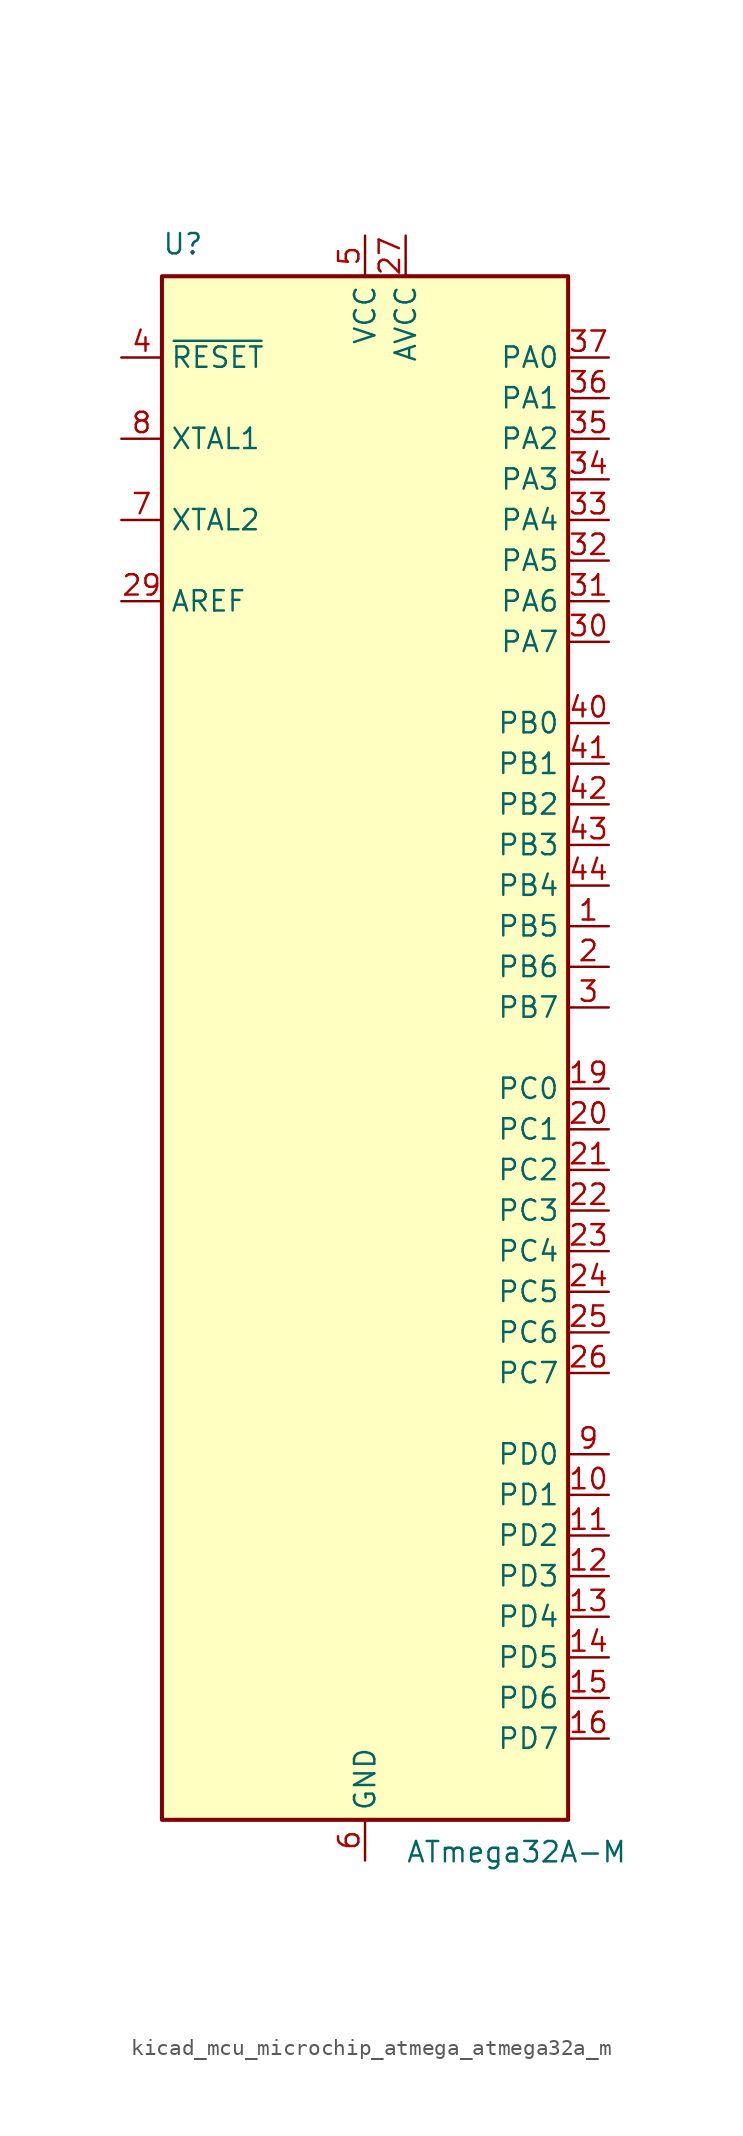
<source format=kicad_sym>
(kicad_symbol_lib
  (version 20220914)
  (generator kicad_symbol_editor)
  (symbol "kicad_mcu_microchip_atmega_atmega32a_m"
    (property "Reference" "U"
      (at -12.7 49.53 0)
      (effects (font (size 1.27 1.27)) (justify left bottom)))
    (property "Value" "ATmega32A-M"
      (at 2.54 -49.53 0)
      (effects (font (size 1.27 1.27)) (justify left top)))
    (symbol "kicad_mcu_microchip_atmega_atmega32a_m_0_1"
      (rectangle (start -12.7 -48.26) (end 12.7 48.26) (stroke (width 0.254) (type default)) (fill (type background))))
    (symbol "kicad_mcu_microchip_atmega_atmega32a_m_1_1"
      (pin bidirectional line (at 15.24 7.62 180) (length 2.54) (name "PB5" (effects (font (size 1.27 1.27)))) (number "1" (effects (font (size 1.27 1.27)))))
      (pin bidirectional line (at 15.24 -27.94 180) (length 2.54) (name "PD1" (effects (font (size 1.27 1.27)))) (number "10" (effects (font (size 1.27 1.27)))))
      (pin bidirectional line (at 15.24 -30.48 180) (length 2.54) (name "PD2" (effects (font (size 1.27 1.27)))) (number "11" (effects (font (size 1.27 1.27)))))
      (pin bidirectional line (at 15.24 -33.02 180) (length 2.54) (name "PD3" (effects (font (size 1.27 1.27)))) (number "12" (effects (font (size 1.27 1.27)))))
      (pin bidirectional line (at 15.24 -35.56 180) (length 2.54) (name "PD4" (effects (font (size 1.27 1.27)))) (number "13" (effects (font (size 1.27 1.27)))))
      (pin bidirectional line (at 15.24 -38.1 180) (length 2.54) (name "PD5" (effects (font (size 1.27 1.27)))) (number "14" (effects (font (size 1.27 1.27)))))
      (pin bidirectional line (at 15.24 -40.64 180) (length 2.54) (name "PD6" (effects (font (size 1.27 1.27)))) (number "15" (effects (font (size 1.27 1.27)))))
      (pin bidirectional line (at 15.24 -43.18 180) (length 2.54) (name "PD7" (effects (font (size 1.27 1.27)))) (number "16" (effects (font (size 1.27 1.27)))))
      (pin passive line (at 0 50.8 270) (length 2.54) hide (name "VCC" (effects (font (size 1.27 1.27)))) (number "17" (effects (font (size 1.27 1.27)))))
      (pin passive line (at 0 -50.8 90) (length 2.54) hide (name "GND" (effects (font (size 1.27 1.27)))) (number "18" (effects (font (size 1.27 1.27)))))
      (pin bidirectional line (at 15.24 -2.54 180) (length 2.54) (name "PC0" (effects (font (size 1.27 1.27)))) (number "19" (effects (font (size 1.27 1.27)))))
      (pin bidirectional line (at 15.24 5.08 180) (length 2.54) (name "PB6" (effects (font (size 1.27 1.27)))) (number "2" (effects (font (size 1.27 1.27)))))
      (pin bidirectional line (at 15.24 -5.08 180) (length 2.54) (name "PC1" (effects (font (size 1.27 1.27)))) (number "20" (effects (font (size 1.27 1.27)))))
      (pin bidirectional line (at 15.24 -7.62 180) (length 2.54) (name "PC2" (effects (font (size 1.27 1.27)))) (number "21" (effects (font (size 1.27 1.27)))))
      (pin bidirectional line (at 15.24 -10.16 180) (length 2.54) (name "PC3" (effects (font (size 1.27 1.27)))) (number "22" (effects (font (size 1.27 1.27)))))
      (pin bidirectional line (at 15.24 -12.7 180) (length 2.54) (name "PC4" (effects (font (size 1.27 1.27)))) (number "23" (effects (font (size 1.27 1.27)))))
      (pin bidirectional line (at 15.24 -15.24 180) (length 2.54) (name "PC5" (effects (font (size 1.27 1.27)))) (number "24" (effects (font (size 1.27 1.27)))))
      (pin bidirectional line (at 15.24 -17.78 180) (length 2.54) (name "PC6" (effects (font (size 1.27 1.27)))) (number "25" (effects (font (size 1.27 1.27)))))
      (pin bidirectional line (at 15.24 -20.32 180) (length 2.54) (name "PC7" (effects (font (size 1.27 1.27)))) (number "26" (effects (font (size 1.27 1.27)))))
      (pin power_in line (at 2.54 50.8 270) (length 2.54) (name "AVCC" (effects (font (size 1.27 1.27)))) (number "27" (effects (font (size 1.27 1.27)))))
      (pin passive line (at 0 -50.8 90) (length 2.54) hide (name "GND" (effects (font (size 1.27 1.27)))) (number "28" (effects (font (size 1.27 1.27)))))
      (pin passive line (at -15.24 27.94 0) (length 2.54) (name "AREF" (effects (font (size 1.27 1.27)))) (number "29" (effects (font (size 1.27 1.27)))))
      (pin bidirectional line (at 15.24 2.54 180) (length 2.54) (name "PB7" (effects (font (size 1.27 1.27)))) (number "3" (effects (font (size 1.27 1.27)))))
      (pin bidirectional line (at 15.24 25.4 180) (length 2.54) (name "PA7" (effects (font (size 1.27 1.27)))) (number "30" (effects (font (size 1.27 1.27)))))
      (pin bidirectional line (at 15.24 27.94 180) (length 2.54) (name "PA6" (effects (font (size 1.27 1.27)))) (number "31" (effects (font (size 1.27 1.27)))))
      (pin bidirectional line (at 15.24 30.48 180) (length 2.54) (name "PA5" (effects (font (size 1.27 1.27)))) (number "32" (effects (font (size 1.27 1.27)))))
      (pin bidirectional line (at 15.24 33.02 180) (length 2.54) (name "PA4" (effects (font (size 1.27 1.27)))) (number "33" (effects (font (size 1.27 1.27)))))
      (pin bidirectional line (at 15.24 35.56 180) (length 2.54) (name "PA3" (effects (font (size 1.27 1.27)))) (number "34" (effects (font (size 1.27 1.27)))))
      (pin bidirectional line (at 15.24 38.1 180) (length 2.54) (name "PA2" (effects (font (size 1.27 1.27)))) (number "35" (effects (font (size 1.27 1.27)))))
      (pin bidirectional line (at 15.24 40.64 180) (length 2.54) (name "PA1" (effects (font (size 1.27 1.27)))) (number "36" (effects (font (size 1.27 1.27)))))
      (pin bidirectional line (at 15.24 43.18 180) (length 2.54) (name "PA0" (effects (font (size 1.27 1.27)))) (number "37" (effects (font (size 1.27 1.27)))))
      (pin passive line (at 0 50.8 270) (length 2.54) hide (name "VCC" (effects (font (size 1.27 1.27)))) (number "38" (effects (font (size 1.27 1.27)))))
      (pin passive line (at 0 -50.8 90) (length 2.54) hide (name "GND" (effects (font (size 1.27 1.27)))) (number "39" (effects (font (size 1.27 1.27)))))
      (pin input line (at -15.24 43.18 0) (length 2.54) (name "~{RESET}" (effects (font (size 1.27 1.27)))) (number "4" (effects (font (size 1.27 1.27)))))
      (pin bidirectional line (at 15.24 20.32 180) (length 2.54) (name "PB0" (effects (font (size 1.27 1.27)))) (number "40" (effects (font (size 1.27 1.27)))))
      (pin bidirectional line (at 15.24 17.78 180) (length 2.54) (name "PB1" (effects (font (size 1.27 1.27)))) (number "41" (effects (font (size 1.27 1.27)))))
      (pin bidirectional line (at 15.24 15.24 180) (length 2.54) (name "PB2" (effects (font (size 1.27 1.27)))) (number "42" (effects (font (size 1.27 1.27)))))
      (pin bidirectional line (at 15.24 12.7 180) (length 2.54) (name "PB3" (effects (font (size 1.27 1.27)))) (number "43" (effects (font (size 1.27 1.27)))))
      (pin bidirectional line (at 15.24 10.16 180) (length 2.54) (name "PB4" (effects (font (size 1.27 1.27)))) (number "44" (effects (font (size 1.27 1.27)))))
      (pin passive line (at 0 -50.8 90) (length 2.54) hide (name "GND" (effects (font (size 1.27 1.27)))) (number "45" (effects (font (size 1.27 1.27)))))
      (pin power_in line (at 0 50.8 270) (length 2.54) (name "VCC" (effects (font (size 1.27 1.27)))) (number "5" (effects (font (size 1.27 1.27)))))
      (pin power_in line (at 0 -50.8 90) (length 2.54) (name "GND" (effects (font (size 1.27 1.27)))) (number "6" (effects (font (size 1.27 1.27)))))
      (pin output line (at -15.24 33.02 0) (length 2.54) (name "XTAL2" (effects (font (size 1.27 1.27)))) (number "7" (effects (font (size 1.27 1.27)))))
      (pin input line (at -15.24 38.1 0) (length 2.54) (name "XTAL1" (effects (font (size 1.27 1.27)))) (number "8" (effects (font (size 1.27 1.27)))))
      (pin bidirectional line (at 15.24 -25.4 180) (length 2.54) (name "PD0" (effects (font (size 1.27 1.27)))) (number "9" (effects (font (size 1.27 1.27))))))))
</source>
